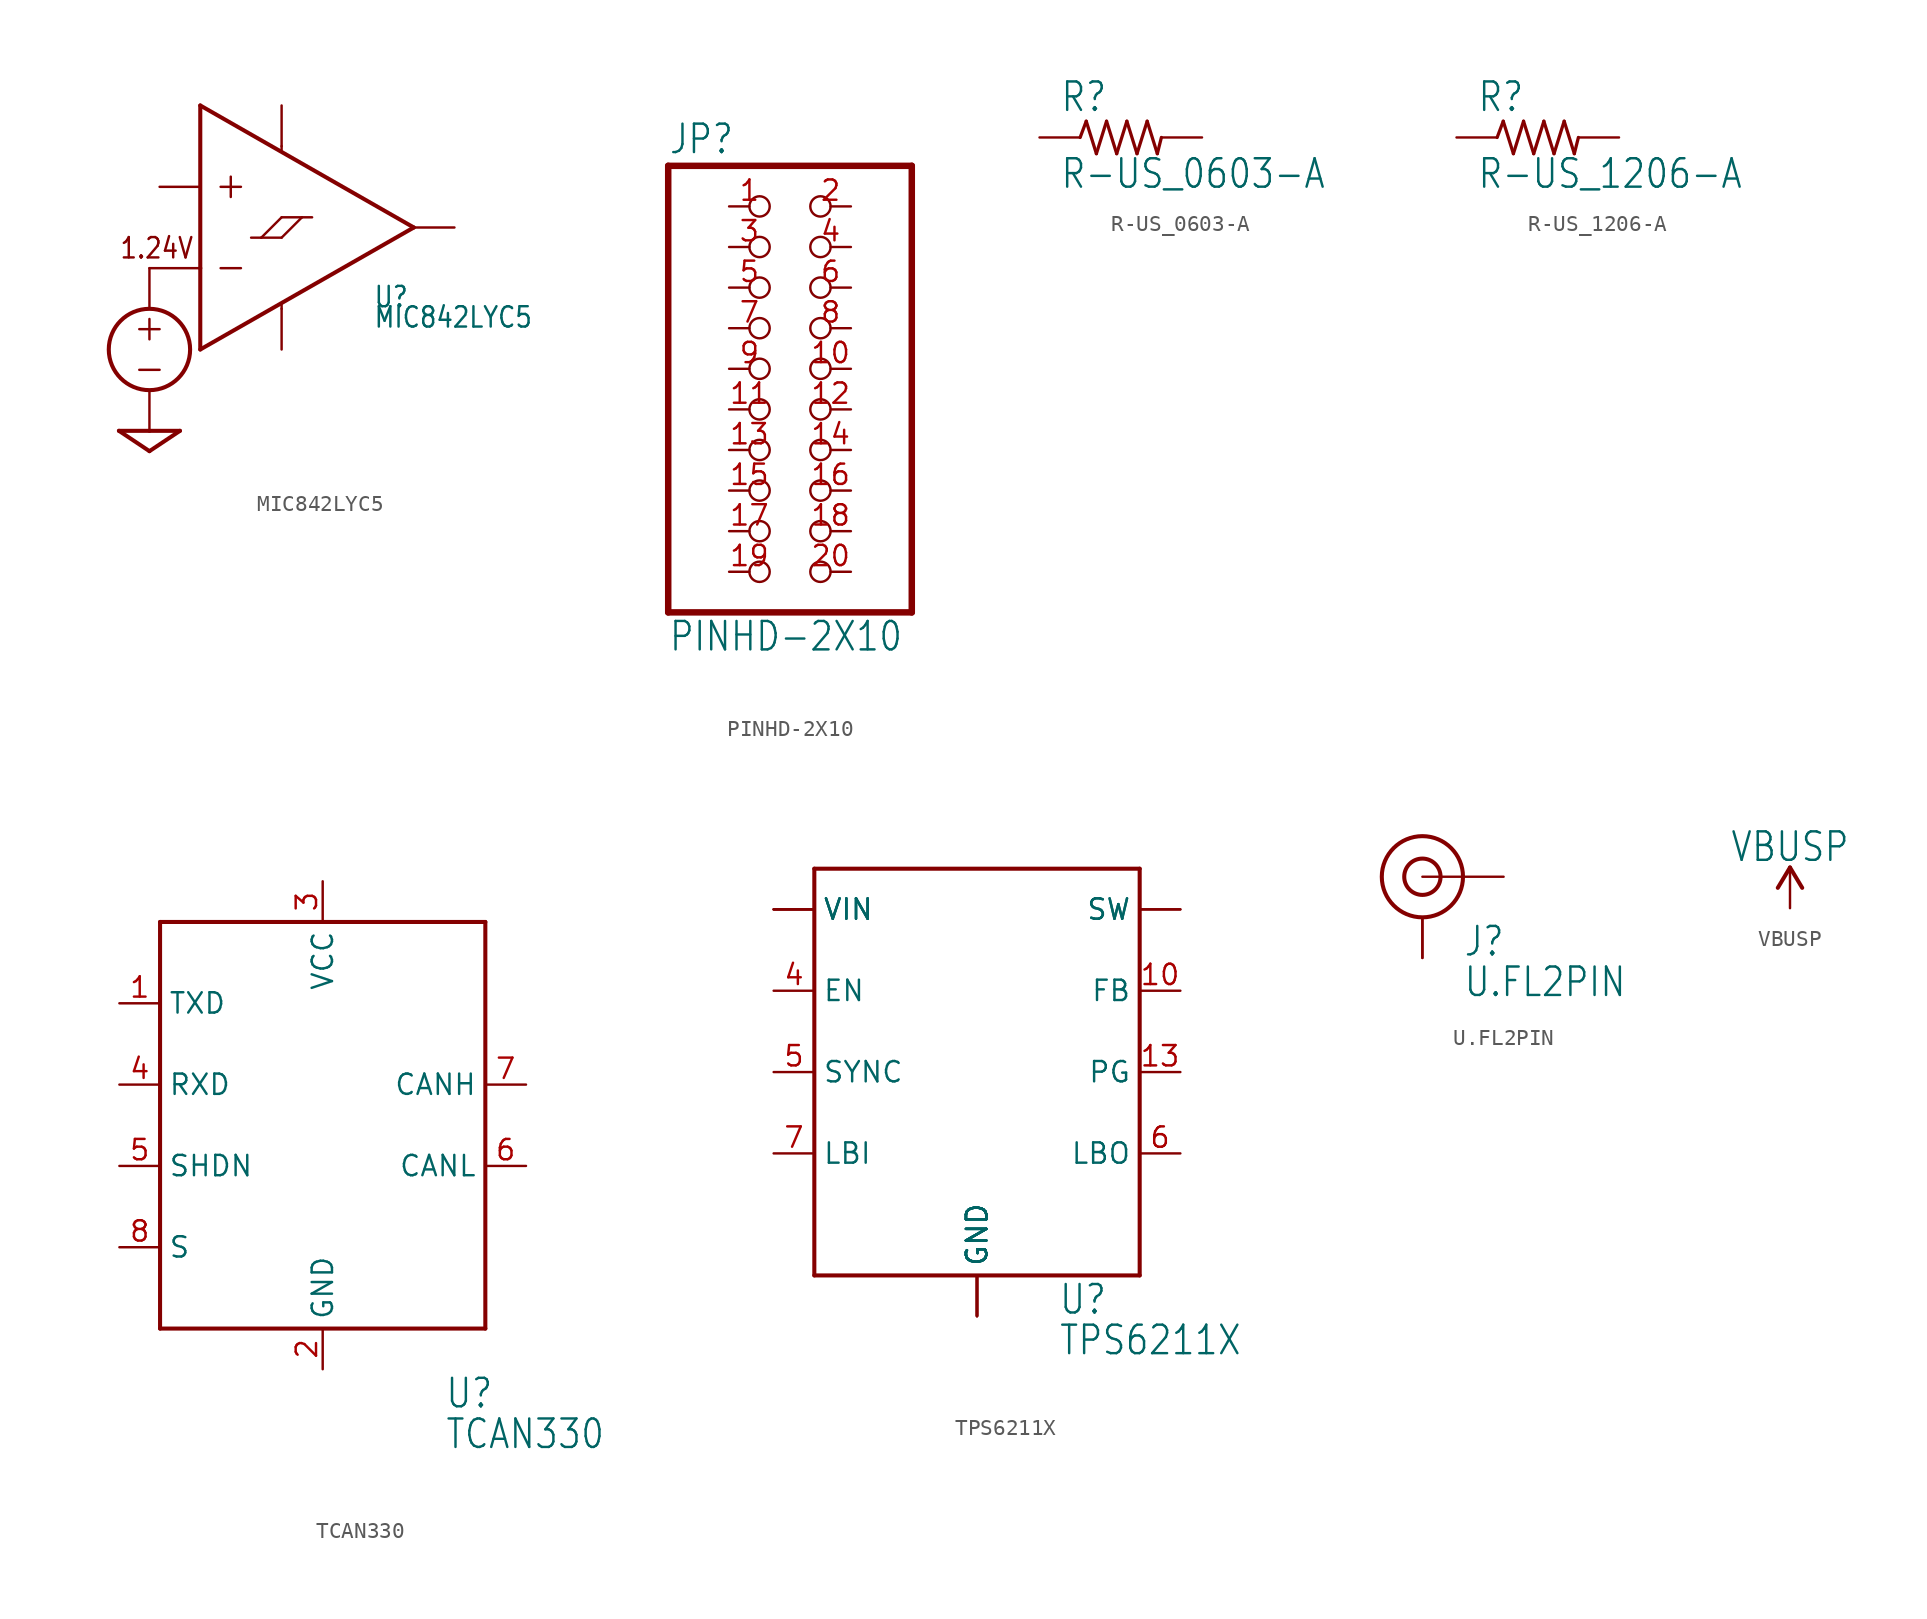
<source format=kicad_sym>
(kicad_symbol_lib
  (version 20211014)
  (generator kicad_symbol_editor)
  (symbol "MIC842LYC5"
    (property "Reference" "U"
      (at 5.715 -5.08 0)
      (effects (font (size 1.27 1.079)) (justify left bottom)))
    (property "Value" "MIC842LYC5"
      (at 5.715 -6.35 0)
      (effects (font (size 1.27 1.079)) (justify left bottom)))
    (property "ki_locked" ""
      (at 0 0 0)
      (effects (font (size 1.27 1.27))))
    (symbol "MIC842LYC5_1_0"
      (circle (center -8.255 -7.62) (radius 2.54) (stroke (width 0.254) (type default) (color 0 0 0 0)) (fill (type none)))
      (polyline (pts (xy -8.89 -8.89) (xy -7.62 -8.89)) (stroke (width 0.152) (type default) (color 0 0 0 0)) (fill (type none)))
      (polyline (pts (xy -8.89 -6.35) (xy -7.62 -6.35)) (stroke (width 0.152) (type default) (color 0 0 0 0)) (fill (type none)))
      (polyline (pts (xy -8.255 -13.97) (xy -10.16 -12.7)) (stroke (width 0.254) (type default) (color 0 0 0 0)) (fill (type none)))
      (polyline (pts (xy -8.255 -12.7) (xy -10.16 -12.7)) (stroke (width 0.254) (type default) (color 0 0 0 0)) (fill (type none)))
      (polyline (pts (xy -8.255 -12.7) (xy -6.35 -12.7)) (stroke (width 0.254) (type default) (color 0 0 0 0)) (fill (type none)))
      (polyline (pts (xy -8.255 -10.16) (xy -8.255 -12.7)) (stroke (width 0.152) (type default) (color 0 0 0 0)) (fill (type none)))
      (polyline (pts (xy -8.255 -5.715) (xy -8.255 -6.985)) (stroke (width 0.152) (type default) (color 0 0 0 0)) (fill (type none)))
      (polyline (pts (xy -8.255 -2.54) (xy -8.255 -5.08)) (stroke (width 0.152) (type default) (color 0 0 0 0)) (fill (type none)))
      (polyline (pts (xy -6.35 -12.7) (xy -8.255 -13.97)) (stroke (width 0.254) (type default) (color 0 0 0 0)) (fill (type none)))
      (polyline (pts (xy -5.08 -7.62) (xy 8.255 0)) (stroke (width 0.254) (type default) (color 0 0 0 0)) (fill (type none)))
      (polyline (pts (xy -5.08 -2.54) (xy -8.255 -2.54)) (stroke (width 0.152) (type default) (color 0 0 0 0)) (fill (type none)))
      (polyline (pts (xy -5.08 -2.54) (xy -5.08 -7.62)) (stroke (width 0.254) (type default) (color 0 0 0 0)) (fill (type none)))
      (polyline (pts (xy -5.08 7.62) (xy -5.08 -2.54)) (stroke (width 0.254) (type default) (color 0 0 0 0)) (fill (type none)))
      (polyline (pts (xy -3.81 -2.54) (xy -2.54 -2.54)) (stroke (width 0.152) (type default) (color 0 0 0 0)) (fill (type none)))
      (polyline (pts (xy -3.81 2.54) (xy -2.54 2.54)) (stroke (width 0.152) (type default) (color 0 0 0 0)) (fill (type none)))
      (polyline (pts (xy -3.175 3.175) (xy -3.175 1.905)) (stroke (width 0.152) (type default) (color 0 0 0 0)) (fill (type none)))
      (polyline (pts (xy -1.905 -0.635) (xy -1.27 -0.635)) (stroke (width 0.152) (type default) (color 0 0 0 0)) (fill (type none)))
      (polyline (pts (xy -1.27 -0.635) (xy 0 -0.635)) (stroke (width 0.152) (type default) (color 0 0 0 0)) (fill (type none)))
      (polyline (pts (xy 0 -5.08) (xy 0 -4.826)) (stroke (width 0.152) (type default) (color 0 0 0 0)) (fill (type none)))
      (polyline (pts (xy 0 -0.635) (xy 1.27 0.635)) (stroke (width 0.152) (type default) (color 0 0 0 0)) (fill (type none)))
      (polyline (pts (xy 0 0.635) (xy -1.27 -0.635)) (stroke (width 0.152) (type default) (color 0 0 0 0)) (fill (type none)))
      (polyline (pts (xy 0 5.08) (xy 0 4.826)) (stroke (width 0.152) (type default) (color 0 0 0 0)) (fill (type none)))
      (polyline (pts (xy 1.27 0.635) (xy 0 0.635)) (stroke (width 0.152) (type default) (color 0 0 0 0)) (fill (type none)))
      (polyline (pts (xy 1.27 0.635) (xy 1.905 0.635)) (stroke (width 0.152) (type default) (color 0 0 0 0)) (fill (type none)))
      (polyline (pts (xy 8.255 0) (xy -5.08 7.62)) (stroke (width 0.254) (type default) (color 0 0 0 0)) (fill (type none)))
      (text "1.24V" (at -10.16 -2.032 0) (effects (font (size 1.27 1.079)) (justify left bottom)))
      (pin input line (at -7.62 2.54 0) (length 2.54) (name "INP" (effects (font (size 0 0)))) (number "1" (effects (font (size 0 0)))))
      (pin power_in line (at 0 -7.62 90) (length 2.54) (name "GND" (effects (font (size 0 0)))) (number "2" (effects (font (size 0 0)))))
      (pin output line (at 10.795 0 180) (length 2.54) (name "OUT" (effects (font (size 0 0)))) (number "4" (effects (font (size 0 0)))))
      (pin power_in line (at 0 7.62 270) (length 2.54) (name "VDD" (effects (font (size 0 0)))) (number "5" (effects (font (size 0 0)))))))
  (symbol "PINHD-2X10"
    (property "Reference" "JP"
      (at -6.35 13.335 0)
      (effects (font (size 1.778 1.511)) (justify left bottom)))
    (property "Value" "PINHD-2X10"
      (at -6.35 -17.78 0)
      (effects (font (size 1.778 1.511)) (justify left bottom)))
    (property "ki_locked" ""
      (at 0 0 0)
      (effects (font (size 1.27 1.27))))
    (symbol "PINHD-2X10_1_0"
      (polyline (pts (xy -6.35 -15.24) (xy 8.89 -15.24)) (stroke (width 0.406) (type default) (color 0 0 0 0)) (fill (type none)))
      (polyline (pts (xy -6.35 12.7) (xy -6.35 -15.24)) (stroke (width 0.406) (type default) (color 0 0 0 0)) (fill (type none)))
      (polyline (pts (xy 8.89 -15.24) (xy 8.89 12.7)) (stroke (width 0.406) (type default) (color 0 0 0 0)) (fill (type none)))
      (polyline (pts (xy 8.89 12.7) (xy -6.35 12.7)) (stroke (width 0.406) (type default) (color 0 0 0 0)) (fill (type none)))
      (pin passive inverted (at -2.54 10.16 0) (length 2.54) (name "1" (effects (font (size 0 0)))) (number "1" (effects (font (size 1.27 1.27)))))
      (pin passive inverted (at 5.08 0 180) (length 2.54) (name "10" (effects (font (size 0 0)))) (number "10" (effects (font (size 1.27 1.27)))))
      (pin passive inverted (at -2.54 -2.54 0) (length 2.54) (name "11" (effects (font (size 0 0)))) (number "11" (effects (font (size 1.27 1.27)))))
      (pin passive inverted (at 5.08 -2.54 180) (length 2.54) (name "12" (effects (font (size 0 0)))) (number "12" (effects (font (size 1.27 1.27)))))
      (pin passive inverted (at -2.54 -5.08 0) (length 2.54) (name "13" (effects (font (size 0 0)))) (number "13" (effects (font (size 1.27 1.27)))))
      (pin passive inverted (at 5.08 -5.08 180) (length 2.54) (name "14" (effects (font (size 0 0)))) (number "14" (effects (font (size 1.27 1.27)))))
      (pin passive inverted (at -2.54 -7.62 0) (length 2.54) (name "15" (effects (font (size 0 0)))) (number "15" (effects (font (size 1.27 1.27)))))
      (pin passive inverted (at 5.08 -7.62 180) (length 2.54) (name "16" (effects (font (size 0 0)))) (number "16" (effects (font (size 1.27 1.27)))))
      (pin passive inverted (at -2.54 -10.16 0) (length 2.54) (name "17" (effects (font (size 0 0)))) (number "17" (effects (font (size 1.27 1.27)))))
      (pin passive inverted (at 5.08 -10.16 180) (length 2.54) (name "18" (effects (font (size 0 0)))) (number "18" (effects (font (size 1.27 1.27)))))
      (pin passive inverted (at -2.54 -12.7 0) (length 2.54) (name "19" (effects (font (size 0 0)))) (number "19" (effects (font (size 1.27 1.27)))))
      (pin passive inverted (at 5.08 10.16 180) (length 2.54) (name "2" (effects (font (size 0 0)))) (number "2" (effects (font (size 1.27 1.27)))))
      (pin passive inverted (at 5.08 -12.7 180) (length 2.54) (name "20" (effects (font (size 0 0)))) (number "20" (effects (font (size 1.27 1.27)))))
      (pin passive inverted (at -2.54 7.62 0) (length 2.54) (name "3" (effects (font (size 0 0)))) (number "3" (effects (font (size 1.27 1.27)))))
      (pin passive inverted (at 5.08 7.62 180) (length 2.54) (name "4" (effects (font (size 0 0)))) (number "4" (effects (font (size 1.27 1.27)))))
      (pin passive inverted (at -2.54 5.08 0) (length 2.54) (name "5" (effects (font (size 0 0)))) (number "5" (effects (font (size 1.27 1.27)))))
      (pin passive inverted (at 5.08 5.08 180) (length 2.54) (name "6" (effects (font (size 0 0)))) (number "6" (effects (font (size 1.27 1.27)))))
      (pin passive inverted (at -2.54 2.54 0) (length 2.54) (name "7" (effects (font (size 0 0)))) (number "7" (effects (font (size 1.27 1.27)))))
      (pin passive inverted (at 5.08 2.54 180) (length 2.54) (name "8" (effects (font (size 0 0)))) (number "8" (effects (font (size 1.27 1.27)))))
      (pin passive inverted (at -2.54 0 0) (length 2.54) (name "9" (effects (font (size 0 0)))) (number "9" (effects (font (size 1.27 1.27)))))))
  (symbol "R-US_0603-A"
    (property "Reference" "R"
      (at -3.81 1.499 0)
      (effects (font (size 1.778 1.511)) (justify left bottom)))
    (property "Value" "R-US_0603-A"
      (at -3.81 -3.302 0)
      (effects (font (size 1.778 1.511)) (justify left bottom)))
    (property "ki_locked" ""
      (at 0 0 0)
      (effects (font (size 1.27 1.27))))
    (symbol "R-US_0603-A_1_0"
      (polyline (pts (xy -2.54 0) (xy -2.159 1.016)) (stroke (width 0.203) (type default) (color 0 0 0 0)) (fill (type none)))
      (polyline (pts (xy -2.159 1.016) (xy -1.524 -1.016)) (stroke (width 0.203) (type default) (color 0 0 0 0)) (fill (type none)))
      (polyline (pts (xy -1.524 -1.016) (xy -0.889 1.016)) (stroke (width 0.203) (type default) (color 0 0 0 0)) (fill (type none)))
      (polyline (pts (xy -0.889 1.016) (xy -0.254 -1.016)) (stroke (width 0.203) (type default) (color 0 0 0 0)) (fill (type none)))
      (polyline (pts (xy -0.254 -1.016) (xy 0.381 1.016)) (stroke (width 0.203) (type default) (color 0 0 0 0)) (fill (type none)))
      (polyline (pts (xy 0.381 1.016) (xy 1.016 -1.016)) (stroke (width 0.203) (type default) (color 0 0 0 0)) (fill (type none)))
      (polyline (pts (xy 1.016 -1.016) (xy 1.651 1.016)) (stroke (width 0.203) (type default) (color 0 0 0 0)) (fill (type none)))
      (polyline (pts (xy 1.651 1.016) (xy 2.286 -1.016)) (stroke (width 0.203) (type default) (color 0 0 0 0)) (fill (type none)))
      (polyline (pts (xy 2.286 -1.016) (xy 2.54 0)) (stroke (width 0.203) (type default) (color 0 0 0 0)) (fill (type none)))
      (pin passive line (at -5.08 0 0) (length 2.54) (name "1" (effects (font (size 0 0)))) (number "1" (effects (font (size 0 0)))))
      (pin passive line (at 5.08 0 180) (length 2.54) (name "2" (effects (font (size 0 0)))) (number "2" (effects (font (size 0 0)))))))
  (symbol "R-US_1206-A"
    (property "Reference" "R"
      (at -3.81 1.499 0)
      (effects (font (size 1.778 1.511)) (justify left bottom)))
    (property "Value" "R-US_1206-A"
      (at -3.81 -3.302 0)
      (effects (font (size 1.778 1.511)) (justify left bottom)))
    (property "ki_locked" ""
      (at 0 0 0)
      (effects (font (size 1.27 1.27))))
    (symbol "R-US_1206-A_1_0"
      (polyline (pts (xy -2.54 0) (xy -2.159 1.016)) (stroke (width 0.203) (type default) (color 0 0 0 0)) (fill (type none)))
      (polyline (pts (xy -2.159 1.016) (xy -1.524 -1.016)) (stroke (width 0.203) (type default) (color 0 0 0 0)) (fill (type none)))
      (polyline (pts (xy -1.524 -1.016) (xy -0.889 1.016)) (stroke (width 0.203) (type default) (color 0 0 0 0)) (fill (type none)))
      (polyline (pts (xy -0.889 1.016) (xy -0.254 -1.016)) (stroke (width 0.203) (type default) (color 0 0 0 0)) (fill (type none)))
      (polyline (pts (xy -0.254 -1.016) (xy 0.381 1.016)) (stroke (width 0.203) (type default) (color 0 0 0 0)) (fill (type none)))
      (polyline (pts (xy 0.381 1.016) (xy 1.016 -1.016)) (stroke (width 0.203) (type default) (color 0 0 0 0)) (fill (type none)))
      (polyline (pts (xy 1.016 -1.016) (xy 1.651 1.016)) (stroke (width 0.203) (type default) (color 0 0 0 0)) (fill (type none)))
      (polyline (pts (xy 1.651 1.016) (xy 2.286 -1.016)) (stroke (width 0.203) (type default) (color 0 0 0 0)) (fill (type none)))
      (polyline (pts (xy 2.286 -1.016) (xy 2.54 0)) (stroke (width 0.203) (type default) (color 0 0 0 0)) (fill (type none)))
      (pin passive line (at -5.08 0 0) (length 2.54) (name "1" (effects (font (size 0 0)))) (number "1" (effects (font (size 0 0)))))
      (pin passive line (at 5.08 0 180) (length 2.54) (name "2" (effects (font (size 0 0)))) (number "2" (effects (font (size 0 0)))))))
  (symbol "TCAN330"
    (property "Reference" "U"
      (at 7.62 -17.78 0)
      (effects (font (size 1.778 1.511)) (justify left bottom)))
    (property "Value" "TCAN330"
      (at 7.62 -20.32 0)
      (effects (font (size 1.778 1.511)) (justify left bottom)))
    (property "ki_locked" ""
      (at 0 0 0)
      (effects (font (size 1.27 1.27))))
    (symbol "TCAN330_1_0"
      (polyline (pts (xy -10.16 -12.7) (xy 10.16 -12.7)) (stroke (width 0.254) (type default) (color 0 0 0 0)) (fill (type none)))
      (polyline (pts (xy -10.16 12.7) (xy -10.16 -12.7)) (stroke (width 0.254) (type default) (color 0 0 0 0)) (fill (type none)))
      (polyline (pts (xy 10.16 -12.7) (xy 10.16 12.7)) (stroke (width 0.254) (type default) (color 0 0 0 0)) (fill (type none)))
      (polyline (pts (xy 10.16 12.7) (xy -10.16 12.7)) (stroke (width 0.254) (type default) (color 0 0 0 0)) (fill (type none)))
      (pin input line (at -12.7 7.62 0) (length 2.54) (name "TXD" (effects (font (size 1.27 1.27)))) (number "1" (effects (font (size 1.27 1.27)))))
      (pin power_in line (at 0 -15.24 90) (length 2.54) (name "GND" (effects (font (size 1.27 1.27)))) (number "2" (effects (font (size 1.27 1.27)))))
      (pin power_in line (at 0 15.24 270) (length 2.54) (name "VCC" (effects (font (size 1.27 1.27)))) (number "3" (effects (font (size 1.27 1.27)))))
      (pin output line (at -12.7 2.54 0) (length 2.54) (name "RXD" (effects (font (size 1.27 1.27)))) (number "4" (effects (font (size 1.27 1.27)))))
      (pin input line (at -12.7 -2.54 0) (length 2.54) (name "SHDN" (effects (font (size 1.27 1.27)))) (number "5" (effects (font (size 1.27 1.27)))))
      (pin bidirectional line (at 12.7 -2.54 180) (length 2.54) (name "CANL" (effects (font (size 1.27 1.27)))) (number "6" (effects (font (size 1.27 1.27)))))
      (pin bidirectional line (at 12.7 2.54 180) (length 2.54) (name "CANH" (effects (font (size 1.27 1.27)))) (number "7" (effects (font (size 1.27 1.27)))))
      (pin input line (at -12.7 -7.62 0) (length 2.54) (name "S" (effects (font (size 1.27 1.27)))) (number "8" (effects (font (size 1.27 1.27)))))))
  (symbol "TPS6211X"
    (property "Reference" "U"
      (at 5.08 -17.78 0)
      (effects (font (size 1.778 1.511)) (justify left bottom)))
    (property "Value" "TPS6211X"
      (at 5.08 -20.32 0)
      (effects (font (size 1.778 1.511)) (justify left bottom)))
    (property "ki_locked" ""
      (at 0 0 0)
      (effects (font (size 1.27 1.27))))
    (symbol "TPS6211X_1_0"
      (polyline (pts (xy -10.16 -15.24) (xy -10.16 10.16)) (stroke (width 0.254) (type default) (color 0 0 0 0)) (fill (type none)))
      (polyline (pts (xy -10.16 10.16) (xy 10.16 10.16)) (stroke (width 0.254) (type default) (color 0 0 0 0)) (fill (type none)))
      (polyline (pts (xy 10.16 -15.24) (xy -10.16 -15.24)) (stroke (width 0.254) (type default) (color 0 0 0 0)) (fill (type none)))
      (polyline (pts (xy 10.16 10.16) (xy 10.16 -15.24)) (stroke (width 0.254) (type default) (color 0 0 0 0)) (fill (type none)))
      (pin power_in line (at 0 -17.78 90) (length 2.54) (name "GND" (effects (font (size 1.27 1.27)))) (number "1" (effects (font (size 0 0)))))
      (pin input line (at 12.7 2.54 180) (length 2.54) (name "FB" (effects (font (size 1.27 1.27)))) (number "10" (effects (font (size 1.27 1.27)))))
      (pin power_in line (at 0 -17.78 90) (length 2.54) (name "GND" (effects (font (size 1.27 1.27)))) (number "11" (effects (font (size 0 0)))))
      (pin power_in line (at 0 -17.78 90) (length 2.54) (name "GND" (effects (font (size 1.27 1.27)))) (number "12" (effects (font (size 0 0)))))
      (pin open_collector line (at 12.7 -2.54 180) (length 2.54) (name "PG" (effects (font (size 1.27 1.27)))) (number "13" (effects (font (size 1.27 1.27)))))
      (pin output line (at 12.7 7.62 180) (length 2.54) (name "SW" (effects (font (size 1.27 1.27)))) (number "14" (effects (font (size 0 0)))))
      (pin output line (at 12.7 7.62 180) (length 2.54) (name "SW" (effects (font (size 1.27 1.27)))) (number "15" (effects (font (size 0 0)))))
      (pin power_in line (at 0 -17.78 90) (length 2.54) (name "GND" (effects (font (size 1.27 1.27)))) (number "16" (effects (font (size 0 0)))))
      (pin power_in line (at -12.7 7.62 0) (length 2.54) (name "VIN" (effects (font (size 1.27 1.27)))) (number "2" (effects (font (size 0 0)))))
      (pin power_in line (at -12.7 7.62 0) (length 2.54) (name "VIN" (effects (font (size 1.27 1.27)))) (number "3" (effects (font (size 0 0)))))
      (pin input line (at -12.7 2.54 0) (length 2.54) (name "EN" (effects (font (size 1.27 1.27)))) (number "4" (effects (font (size 1.27 1.27)))))
      (pin input line (at -12.7 -2.54 0) (length 2.54) (name "SYNC" (effects (font (size 1.27 1.27)))) (number "5" (effects (font (size 1.27 1.27)))))
      (pin open_collector line (at 12.7 -7.62 180) (length 2.54) (name "LBO" (effects (font (size 1.27 1.27)))) (number "6" (effects (font (size 1.27 1.27)))))
      (pin input line (at -12.7 -7.62 0) (length 2.54) (name "LBI" (effects (font (size 1.27 1.27)))) (number "7" (effects (font (size 1.27 1.27)))))
      (pin power_in line (at -12.7 7.62 0) (length 2.54) (name "VIN" (effects (font (size 1.27 1.27)))) (number "8" (effects (font (size 0 0)))))
      (pin power_in line (at 0 -17.78 90) (length 2.54) (name "GND" (effects (font (size 1.27 1.27)))) (number "9" (effects (font (size 0 0)))))
      (pin power_in line (at 0 -17.78 90) (length 2.54) (name "GND" (effects (font (size 1.27 1.27)))) (number "PAD" (effects (font (size 0 0)))))))
  (symbol "U.FL2PIN"
    (property "Reference" "J"
      (at 2.54 -5.08 0)
      (effects (font (size 1.778 1.511)) (justify left bottom)))
    (property "Value" "U.FL2PIN"
      (at 2.54 -7.62 0)
      (effects (font (size 1.778 1.511)) (justify left bottom)))
    (property "ki_locked" ""
      (at 0 0 0)
      (effects (font (size 1.27 1.27))))
    (symbol "U.FL2PIN_1_0"
      (circle (center 0 0) (radius 1.136) (stroke (width 0.254) (type default) (color 0 0 0 0)) (fill (type none)))
      (circle (center 0 0) (radius 2.54) (stroke (width 0.254) (type default) (color 0 0 0 0)) (fill (type none)))
      (pin bidirectional line (at 0 -5.08 90) (length 2.54) (name "GND" (effects (font (size 0 0)))) (number "1" (effects (font (size 0 0)))))
      (pin bidirectional line (at 0 -5.08 90) (length 2.54) (name "GND" (effects (font (size 0 0)))) (number "2" (effects (font (size 0 0)))))
      (pin bidirectional line (at 5.08 0 180) (length 5.08) (name "SIGNAL" (effects (font (size 0 0)))) (number "FEED" (effects (font (size 0 0)))))))
  (symbol "VBUSP"
    (power)
    (property "Reference" "#VBUSP"
      (at 0 0 0)
      (effects (font (size 1.27 1.27)) hide))
    (property "Value" "VBUSP"
      (at 0 2.794 0)
      (effects (font (size 1.778 1.511)) (justify bottom)))
    (property "ki_locked" ""
      (at 0 0 0)
      (effects (font (size 1.27 1.27))))
    (symbol "VBUSP_1_0"
      (polyline (pts (xy 0 2.54) (xy -0.762 1.27)) (stroke (width 0.254) (type default) (color 0 0 0 0)) (fill (type none)))
      (polyline (pts (xy 0.762 1.27) (xy 0 2.54)) (stroke (width 0.254) (type default) (color 0 0 0 0)) (fill (type none)))
      (pin power_in line (at 0 0 90) (length 2.54) (name "VBUSP" (effects (font (size 0 0)))) (number "1" (effects (font (size 0 0))))))))
</source>
